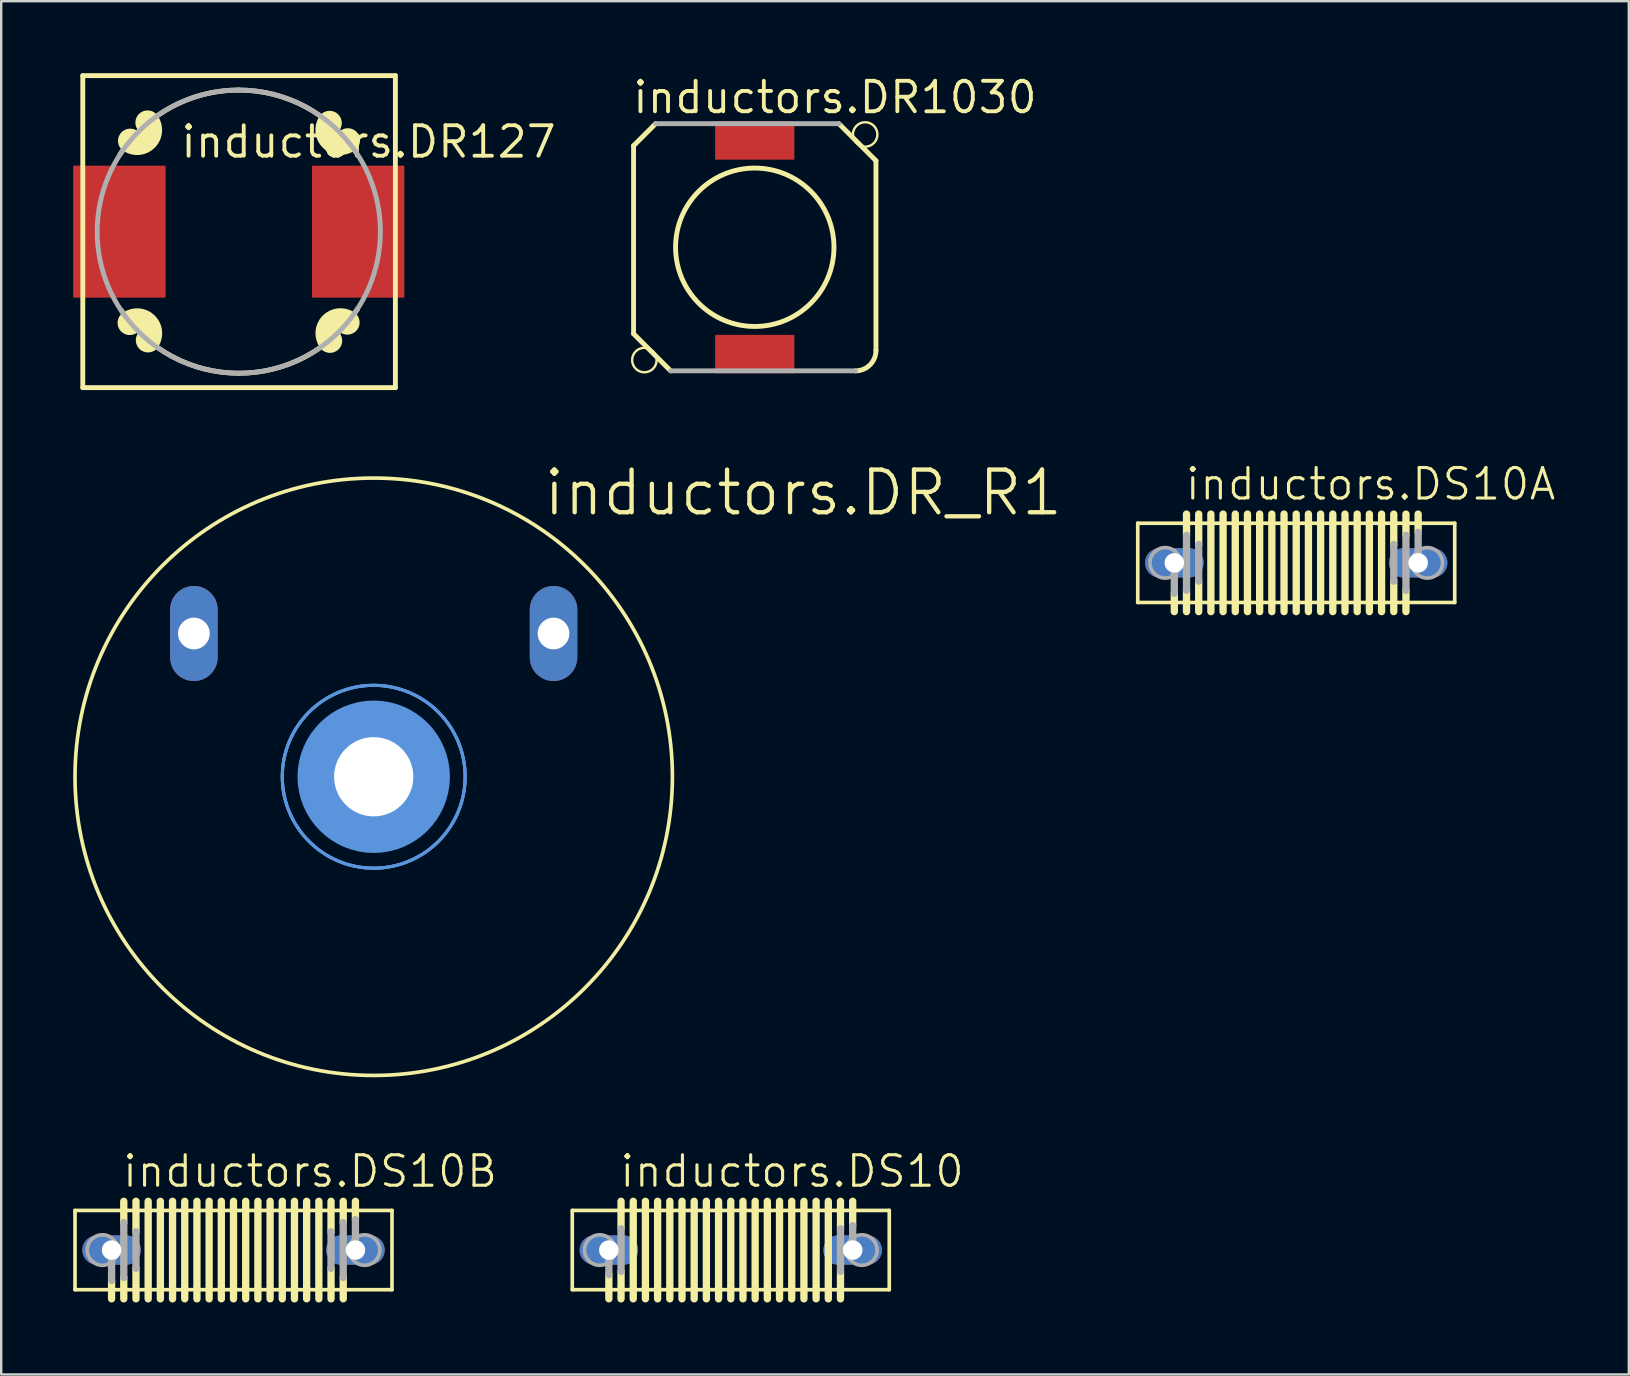
<source format=kicad_pcb>
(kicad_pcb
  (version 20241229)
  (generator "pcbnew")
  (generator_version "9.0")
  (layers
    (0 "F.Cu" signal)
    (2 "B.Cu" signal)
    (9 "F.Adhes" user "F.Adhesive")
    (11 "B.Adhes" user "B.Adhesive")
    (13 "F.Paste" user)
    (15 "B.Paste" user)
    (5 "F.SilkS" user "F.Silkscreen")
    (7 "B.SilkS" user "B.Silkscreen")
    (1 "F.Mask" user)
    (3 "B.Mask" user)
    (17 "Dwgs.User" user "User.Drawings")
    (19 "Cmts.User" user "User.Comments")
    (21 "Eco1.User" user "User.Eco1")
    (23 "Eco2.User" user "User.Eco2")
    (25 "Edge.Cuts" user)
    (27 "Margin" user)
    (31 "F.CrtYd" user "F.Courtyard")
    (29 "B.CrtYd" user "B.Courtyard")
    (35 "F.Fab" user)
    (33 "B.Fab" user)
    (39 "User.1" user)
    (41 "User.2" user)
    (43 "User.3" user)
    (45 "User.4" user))
  (footprint "inductors.DR127"
    (layer "F.Cu")
    (at 6.9 6.602)
    (property "Reference" "inductors.DR127" (at -2.5 -3 0) (layer "F.SilkS") (effects (font (size 1.27 1.27) (thickness 0.16)) (justify left bottom)))
    (attr smd)
    (fp_line (start -6.5 -6.5) (end 6.525 -6.5) (stroke (width 0.203) (type default)) (layer "F.SilkS"))
    (fp_line (start -6.5 6.5) (end -6.5 -6.5) (stroke (width 0.203) (type default)) (layer "F.SilkS"))
    (fp_line (start 6.525 -6.5) (end 6.525 6.5) (stroke (width 0.203) (type default)) (layer "F.SilkS"))
    (fp_line (start 6.525 6.5) (end -6.5 6.5) (stroke (width 0.203) (type default)) (layer "F.SilkS"))
    (fp_arc (start -4.95 -3.225) (mid -2.814412 -5.190571) (end 0 -5.9) (stroke (width 0.2032) (type default)) (layer "F.SilkS"))
    (fp_arc (start -4.5431 3.8006) (mid -3.864485 3.849894) (end -3.783 4.5254) (stroke (width 1.016) (type default)) (layer "F.SilkS"))
    (fp_arc (start -3.8006 -4.5431) (mid -3.849894 -3.864485) (end -4.5254 -3.783) (stroke (width 1.016) (type default)) (layer "F.SilkS"))
    (fp_arc (start 0 -5.9) (mid 2.778519 -5.200736) (end 4.9 -3.275) (stroke (width 0.2032) (type default)) (layer "F.SilkS"))
    (fp_arc (start 0 5.9) (mid -2.778519 5.200736) (end -4.9 3.275) (stroke (width 0.2032) (type default)) (layer "F.SilkS"))
    (fp_arc (start 3.8006 4.5431) (mid 3.849894 3.864485) (end 4.5254 3.783) (stroke (width 1.016) (type default)) (layer "F.SilkS"))
    (fp_arc (start 4.5431 -3.8006) (mid 3.864485 -3.849894) (end 3.783 -4.5254) (stroke (width 1.016) (type default)) (layer "F.SilkS"))
    (fp_arc (start 4.95 3.225) (mid 2.814412 5.190571) (end 0 5.9) (stroke (width 0.2032) (type default)) (layer "F.SilkS"))
    (fp_circle (center 0 0) (end 5.9 0) (stroke (width 0.203) (type default)) (fill no) (layer "F.Fab"))
    (pad "1" smd roundrect (at -4.975 0) (size 3.85 5.5) (layers "F.Cu" "F.Mask" "F.Paste") (roundrect_rratio 0.01))
    (pad "2" smd roundrect (at 4.975 0) (size 3.85 5.5) (layers "F.Cu" "F.Mask" "F.Paste") (roundrect_rratio 0.01)))
  (footprint "inductors.DS10"
    (layer "F.Cu")
    (at 27.4 49.038)
    (property "Reference" "inductors.DS10" (at -4.699 -2.54 0) (layer "F.SilkS") (effects (font (size 1.27 1.27) (thickness 0.13)) (justify left bottom)))
    (attr through_hole)
    (fp_line (start -6.604 -1.651) (end -6.604 1.651) (stroke (width 0.152) (type default)) (layer "F.SilkS"))
    (fp_line (start -6.604 1.651) (end 6.604 1.651) (stroke (width 0.152) (type default)) (layer "F.SilkS"))
    (fp_line (start -5.08 1.016) (end -5.08 2.032) (stroke (width 0.305) (type default)) (layer "F.SilkS"))
    (fp_line (start -4.572 -2.032) (end -4.572 -0.889) (stroke (width 0.305) (type default)) (layer "F.SilkS"))
    (fp_line (start -4.572 0.889) (end -4.572 2.032) (stroke (width 0.305) (type default)) (layer "F.SilkS"))
    (fp_line (start -4.064 -2.032) (end -4.064 2.032) (stroke (width 0.305) (type default)) (layer "F.SilkS"))
    (fp_line (start -3.556 -2.032) (end -3.556 2.032) (stroke (width 0.305) (type default)) (layer "F.SilkS"))
    (fp_line (start -3.048 -2.032) (end -3.048 2.032) (stroke (width 0.305) (type default)) (layer "F.SilkS"))
    (fp_line (start -2.54 -2.032) (end -2.54 2.032) (stroke (width 0.305) (type default)) (layer "F.SilkS"))
    (fp_line (start -2.032 -2.032) (end -2.032 2.032) (stroke (width 0.305) (type default)) (layer "F.SilkS"))
    (fp_line (start -1.524 -2.032) (end -1.524 2.032) (stroke (width 0.305) (type default)) (layer "F.SilkS"))
    (fp_line (start -1.016 -2.032) (end -1.016 2.032) (stroke (width 0.305) (type default)) (layer "F.SilkS"))
    (fp_line (start -0.508 -2.032) (end -0.508 2.032) (stroke (width 0.305) (type default)) (layer "F.SilkS"))
    (fp_line (start 0 -2.032) (end 0 2.032) (stroke (width 0.305) (type default)) (layer "F.SilkS"))
    (fp_line (start 0.508 -2.032) (end 0.508 2.032) (stroke (width 0.305) (type default)) (layer "F.SilkS"))
    (fp_line (start 1.016 -2.032) (end 1.016 2.032) (stroke (width 0.305) (type default)) (layer "F.SilkS"))
    (fp_line (start 1.524 -2.032) (end 1.524 2.032) (stroke (width 0.305) (type default)) (layer "F.SilkS"))
    (fp_line (start 2.032 -2.032) (end 2.032 2.032) (stroke (width 0.305) (type default)) (layer "F.SilkS"))
    (fp_line (start 2.54 -2.032) (end 2.54 2.032) (stroke (width 0.305) (type default)) (layer "F.SilkS"))
    (fp_line (start 3.048 -2.032) (end 3.048 2.032) (stroke (width 0.305) (type default)) (layer "F.SilkS"))
    (fp_line (start 3.556 -2.032) (end 3.556 2.032) (stroke (width 0.305) (type default)) (layer "F.SilkS"))
    (fp_line (start 4.064 -2.032) (end 4.064 2.032) (stroke (width 0.305) (type default)) (layer "F.SilkS"))
    (fp_line (start 4.572 -2.032) (end 4.572 -0.889) (stroke (width 0.305) (type default)) (layer "F.SilkS"))
    (fp_line (start 4.572 0.889) (end 4.572 2.032) (stroke (width 0.305) (type default)) (layer "F.SilkS"))
    (fp_line (start 5.08 -2.032) (end 5.08 -1.016) (stroke (width 0.305) (type default)) (layer "F.SilkS"))
    (fp_line (start 6.604 -1.651) (end -6.604 -1.651) (stroke (width 0.152) (type default)) (layer "F.SilkS"))
    (fp_line (start 6.604 -1.651) (end 6.604 1.651) (stroke (width 0.152) (type default)) (layer "F.SilkS"))
    (fp_line (start -5.08 -0.127) (end -5.08 1.016) (stroke (width 0.305) (type default)) (layer "F.Fab"))
    (fp_line (start -4.572 -0.889) (end -4.572 0.889) (stroke (width 0.305) (type default)) (layer "F.Fab"))
    (fp_line (start 4.572 -0.889) (end 4.572 0.889) (stroke (width 0.305) (type default)) (layer "F.Fab"))
    (fp_line (start 5.08 -1.016) (end 5.08 0.127) (stroke (width 0.305) (type default)) (layer "F.Fab"))
    (fp_circle (center -5.461 0) (end -4.826 0) (stroke (width 0.152) (type default)) (fill no) (layer "F.Fab"))
    (fp_circle (center 5.461 0) (end 6.096 0) (stroke (width 0.152) (type default)) (fill no) (layer "F.Fab"))
    (pad "1" thru_hole oval (at -5.08 0) (size 2.438 1.219) (drill 0.813) (layers "*.Cu" "*.Mask"))
    (pad "2" thru_hole oval (at 5.08 0) (size 2.438 1.219) (drill 0.813) (layers "*.Cu" "*.Mask")))
  (footprint "inductors.DR1030"
    (layer "F.Cu")
    (at 28.4 7.253)
    (property "Reference" "inductors.DR1030" (at -5.171 -5.503 0) (layer "F.SilkS") (effects (font (size 1.27 1.27) (thickness 0.16)) (justify left bottom)))
    (attr smd)
    (fp_line (start -5.05 -4.231) (end -4.131 -5.15) (stroke (width 0.203) (type default)) (layer "F.SilkS"))
    (fp_line (start -5.05 3.606) (end -5.05 -4.231) (stroke (width 0.203) (type default)) (layer "F.SilkS"))
    (fp_line (start -3.506 5.15) (end -5.05 3.606) (stroke (width 0.203) (type default)) (layer "F.SilkS"))
    (fp_line (start 3.506 -5.15) (end 5.05 -3.606) (stroke (width 0.203) (type default)) (layer "F.SilkS"))
    (fp_line (start 5.05 -3.606) (end 5.05 4.299) (stroke (width 0.203) (type default)) (layer "F.SilkS"))
    (fp_arc (start 5.05 4.2986) (mid 4.800631 4.900631) (end 4.1986 5.15) (stroke (width 0.2032) (type default)) (layer "F.SilkS"))
    (fp_circle (center -4.6 4.7) (end -4.09 4.7) (stroke (width 0.1) (type default)) (fill no) (layer "F.SilkS"))
    (fp_circle (center 0 0) (end 3.3 0) (stroke (width 0.203) (type default)) (fill no) (layer "F.SilkS"))
    (fp_circle (center 4.6 -4.7) (end 5.11 -4.7) (stroke (width 0.1) (type default)) (fill no) (layer "F.SilkS"))
    (fp_line (start -4.131 -5.15) (end 3.506 -5.15) (stroke (width 0.203) (type default)) (layer "F.Fab"))
    (fp_line (start 4.199 5.15) (end -3.506 5.15) (stroke (width 0.203) (type default)) (layer "F.Fab"))
    (pad "1" smd roundrect (at 0 -4.45) (size 3.3 1.6) (layers "F.Cu" "F.Mask" "F.Paste") (roundrect_rratio 0.01))
    (pad "2" smd roundrect (at 0 4.45) (size 3.3 1.6) (layers "F.Cu" "F.Mask" "F.Paste") (roundrect_rratio 0.01)))
  (footprint "inductors.DS10B"
    (layer "F.Cu")
    (at 6.68 49.038)
    (property "Reference" "inductors.DS10B" (at -4.699 -2.54 0) (layer "F.SilkS") (effects (font (size 1.27 1.27) (thickness 0.13)) (justify left bottom)))
    (attr through_hole)
    (fp_line (start -6.604 -1.651) (end -6.604 1.651) (stroke (width 0.152) (type default)) (layer "F.SilkS"))
    (fp_line (start -6.604 1.651) (end 6.604 1.651) (stroke (width 0.152) (type default)) (layer "F.SilkS"))
    (fp_line (start -5.08 1.27) (end -5.08 2.032) (stroke (width 0.305) (type default)) (layer "F.SilkS"))
    (fp_line (start -4.572 -2.032) (end -4.572 -1.143) (stroke (width 0.305) (type default)) (layer "F.SilkS"))
    (fp_line (start -4.572 1.143) (end -4.572 2.032) (stroke (width 0.305) (type default)) (layer "F.SilkS"))
    (fp_line (start -4.064 -2.032) (end -4.064 -0.762) (stroke (width 0.305) (type default)) (layer "F.SilkS"))
    (fp_line (start -4.064 0.762) (end -4.064 2.032) (stroke (width 0.305) (type default)) (layer "F.SilkS"))
    (fp_line (start -3.556 -2.032) (end -3.556 2.032) (stroke (width 0.305) (type default)) (layer "F.SilkS"))
    (fp_line (start -3.048 -2.032) (end -3.048 2.032) (stroke (width 0.305) (type default)) (layer "F.SilkS"))
    (fp_line (start -2.54 -2.032) (end -2.54 2.032) (stroke (width 0.305) (type default)) (layer "F.SilkS"))
    (fp_line (start -2.032 -2.032) (end -2.032 2.032) (stroke (width 0.305) (type default)) (layer "F.SilkS"))
    (fp_line (start -1.524 -2.032) (end -1.524 2.032) (stroke (width 0.305) (type default)) (layer "F.SilkS"))
    (fp_line (start -1.016 -2.032) (end -1.016 2.032) (stroke (width 0.305) (type default)) (layer "F.SilkS"))
    (fp_line (start -0.508 -2.032) (end -0.508 2.032) (stroke (width 0.305) (type default)) (layer "F.SilkS"))
    (fp_line (start 0 -2.032) (end 0 2.032) (stroke (width 0.305) (type default)) (layer "F.SilkS"))
    (fp_line (start 0.508 -2.032) (end 0.508 2.032) (stroke (width 0.305) (type default)) (layer "F.SilkS"))
    (fp_line (start 1.016 -2.032) (end 1.016 2.032) (stroke (width 0.305) (type default)) (layer "F.SilkS"))
    (fp_line (start 1.524 -2.032) (end 1.524 2.032) (stroke (width 0.305) (type default)) (layer "F.SilkS"))
    (fp_line (start 2.032 -2.032) (end 2.032 2.032) (stroke (width 0.305) (type default)) (layer "F.SilkS"))
    (fp_line (start 2.54 -2.032) (end 2.54 2.032) (stroke (width 0.305) (type default)) (layer "F.SilkS"))
    (fp_line (start 3.048 -2.032) (end 3.048 2.032) (stroke (width 0.305) (type default)) (layer "F.SilkS"))
    (fp_line (start 3.556 -2.032) (end 3.556 2.032) (stroke (width 0.305) (type default)) (layer "F.SilkS"))
    (fp_line (start 4.064 -2.032) (end 4.064 -0.762) (stroke (width 0.305) (type default)) (layer "F.SilkS"))
    (fp_line (start 4.064 0.762) (end 4.064 2.032) (stroke (width 0.305) (type default)) (layer "F.SilkS"))
    (fp_line (start 4.572 -2.032) (end 4.572 -1.143) (stroke (width 0.305) (type default)) (layer "F.SilkS"))
    (fp_line (start 4.572 1.143) (end 4.572 2.032) (stroke (width 0.305) (type default)) (layer "F.SilkS"))
    (fp_line (start 5.08 -2.032) (end 5.08 -1.27) (stroke (width 0.305) (type default)) (layer "F.SilkS"))
    (fp_line (start 6.604 -1.651) (end -6.604 -1.651) (stroke (width 0.152) (type default)) (layer "F.SilkS"))
    (fp_line (start 6.604 -1.651) (end 6.604 1.651) (stroke (width 0.152) (type default)) (layer "F.SilkS"))
    (fp_line (start -5.08 -0.127) (end -5.08 1.27) (stroke (width 0.305) (type default)) (layer "F.Fab"))
    (fp_line (start -4.572 -1.143) (end -4.572 1.143) (stroke (width 0.305) (type default)) (layer "F.Fab"))
    (fp_line (start -4.064 -0.762) (end -4.064 0.762) (stroke (width 0.305) (type default)) (layer "F.Fab"))
    (fp_line (start 4.064 -0.762) (end 4.064 0.762) (stroke (width 0.305) (type default)) (layer "F.Fab"))
    (fp_line (start 4.572 -1.143) (end 4.572 1.143) (stroke (width 0.305) (type default)) (layer "F.Fab"))
    (fp_line (start 5.08 -1.27) (end 5.08 0.127) (stroke (width 0.305) (type default)) (layer "F.Fab"))
    (fp_circle (center -5.461 0) (end -4.826 0) (stroke (width 0.152) (type default)) (fill no) (layer "F.Fab"))
    (fp_circle (center 5.461 0) (end 6.096 0) (stroke (width 0.152) (type default)) (fill no) (layer "F.Fab"))
    (pad "1" thru_hole oval (at -5.08 0) (size 2.438 1.219) (drill 0.813) (layers "*.Cu" "*.Mask"))
    (pad "2" thru_hole oval (at 5.08 0) (size 2.438 1.219) (drill 0.813) (layers "*.Cu" "*.Mask")))
  (footprint "inductors.DR_R1"
    (layer "F.Cu")
    (at 12.522 29.316)
    (property "Reference" "inductors.DR_R1" (at 6.985 -10.795 0) (layer "F.SilkS") (effects (font (size 1.778 1.778) (thickness 0.18)) (justify left bottom)))
    (attr through_hole)
    (fp_circle (center 0 0) (end 1.524 0) (stroke (width 0.152) (type default)) (fill no) (layer "F.SilkS"))
    (fp_circle (center 0 0) (end 3.048 0) (stroke (width 0.152) (type default)) (fill no) (layer "F.SilkS"))
    (fp_circle (center 0 0) (end 12.446 0) (stroke (width 0.152) (type default)) (fill no) (layer "F.SilkS"))
    (fp_circle (center 0 0) (end 0.635 0) (stroke (width 2.54) (type default)) (fill no) (layer "Cmts.User"))
    (fp_circle (center 0 0) (end 3.81 0) (stroke (width 0.127) (type default)) (fill no) (layer "Cmts.User"))
    (fp_circle (center 0 0) (end 3.81 0) (stroke (width 0.127) (type default)) (fill no) (layer "Cmts.User"))
    (fp_circle (center 0 0) (end 3.81 0) (stroke (width 0.127) (type default)) (fill no) (layer "Cmts.User"))
    (pad "" np_thru_hole circle (at 0 0) (size 3.302 3.302) (drill 3.302) (layers "*.Cu" "*.Mask"))
    (pad "1" thru_hole oval (at -7.493 -5.969 90) (size 3.962 1.981) (drill 1.321) (layers "*.Cu" "*.Mask"))
    (pad "2" thru_hole oval (at 7.493 -5.969 90) (size 3.962 1.981) (drill 1.321) (layers "*.Cu" "*.Mask")))
  (footprint "inductors.DS10A"
    (layer "F.Cu")
    (at 50.962 20.403)
    (property "Reference" "inductors.DS10A" (at -4.699 -2.54 0) (layer "F.SilkS") (effects (font (size 1.27 1.27) (thickness 0.13)) (justify left bottom)))
    (attr through_hole)
    (fp_line (start -6.604 -1.651) (end -6.604 1.651) (stroke (width 0.152) (type default)) (layer "F.SilkS"))
    (fp_line (start -6.604 1.651) (end 6.604 1.651) (stroke (width 0.152) (type default)) (layer "F.SilkS"))
    (fp_line (start -5.08 1.27) (end -5.08 2.032) (stroke (width 0.305) (type default)) (layer "F.SilkS"))
    (fp_line (start -4.572 -2.032) (end -4.572 -1.143) (stroke (width 0.305) (type default)) (layer "F.SilkS"))
    (fp_line (start -4.572 1.143) (end -4.572 2.032) (stroke (width 0.305) (type default)) (layer "F.SilkS"))
    (fp_line (start -4.064 -2.032) (end -4.064 -0.762) (stroke (width 0.305) (type default)) (layer "F.SilkS"))
    (fp_line (start -4.064 0.762) (end -4.064 2.032) (stroke (width 0.305) (type default)) (layer "F.SilkS"))
    (fp_line (start -3.556 -2.032) (end -3.556 2.032) (stroke (width 0.305) (type default)) (layer "F.SilkS"))
    (fp_line (start -3.048 -2.032) (end -3.048 2.032) (stroke (width 0.305) (type default)) (layer "F.SilkS"))
    (fp_line (start -2.54 -2.032) (end -2.54 2.032) (stroke (width 0.305) (type default)) (layer "F.SilkS"))
    (fp_line (start -2.032 -2.032) (end -2.032 2.032) (stroke (width 0.305) (type default)) (layer "F.SilkS"))
    (fp_line (start -1.524 -2.032) (end -1.524 2.032) (stroke (width 0.305) (type default)) (layer "F.SilkS"))
    (fp_line (start -1.016 -2.032) (end -1.016 2.032) (stroke (width 0.305) (type default)) (layer "F.SilkS"))
    (fp_line (start -0.508 -2.032) (end -0.508 2.032) (stroke (width 0.305) (type default)) (layer "F.SilkS"))
    (fp_line (start 0 -2.032) (end 0 2.032) (stroke (width 0.305) (type default)) (layer "F.SilkS"))
    (fp_line (start 0.508 -2.032) (end 0.508 2.032) (stroke (width 0.305) (type default)) (layer "F.SilkS"))
    (fp_line (start 1.016 -2.032) (end 1.016 2.032) (stroke (width 0.305) (type default)) (layer "F.SilkS"))
    (fp_line (start 1.524 -2.032) (end 1.524 2.032) (stroke (width 0.305) (type default)) (layer "F.SilkS"))
    (fp_line (start 2.032 -2.032) (end 2.032 2.032) (stroke (width 0.305) (type default)) (layer "F.SilkS"))
    (fp_line (start 2.54 -2.032) (end 2.54 2.032) (stroke (width 0.305) (type default)) (layer "F.SilkS"))
    (fp_line (start 3.048 -2.032) (end 3.048 2.032) (stroke (width 0.305) (type default)) (layer "F.SilkS"))
    (fp_line (start 3.556 -2.032) (end 3.556 2.032) (stroke (width 0.305) (type default)) (layer "F.SilkS"))
    (fp_line (start 4.064 -2.032) (end 4.064 -0.762) (stroke (width 0.305) (type default)) (layer "F.SilkS"))
    (fp_line (start 4.064 0.762) (end 4.064 2.032) (stroke (width 0.305) (type default)) (layer "F.SilkS"))
    (fp_line (start 4.572 -2.032) (end 4.572 -1.143) (stroke (width 0.305) (type default)) (layer "F.SilkS"))
    (fp_line (start 4.572 1.143) (end 4.572 2.032) (stroke (width 0.305) (type default)) (layer "F.SilkS"))
    (fp_line (start 5.08 -2.032) (end 5.08 -1.27) (stroke (width 0.305) (type default)) (layer "F.SilkS"))
    (fp_line (start 6.604 -1.651) (end -6.604 -1.651) (stroke (width 0.152) (type default)) (layer "F.SilkS"))
    (fp_line (start 6.604 -1.651) (end 6.604 1.651) (stroke (width 0.152) (type default)) (layer "F.SilkS"))
    (fp_line (start -5.08 -0.127) (end -5.08 1.27) (stroke (width 0.305) (type default)) (layer "F.Fab"))
    (fp_line (start -4.572 -1.143) (end -4.572 1.143) (stroke (width 0.305) (type default)) (layer "F.Fab"))
    (fp_line (start -4.064 -0.762) (end -4.064 0.762) (stroke (width 0.305) (type default)) (layer "F.Fab"))
    (fp_line (start 4.064 -0.762) (end 4.064 0.762) (stroke (width 0.305) (type default)) (layer "F.Fab"))
    (fp_line (start 4.572 -1.143) (end 4.572 1.143) (stroke (width 0.305) (type default)) (layer "F.Fab"))
    (fp_line (start 5.08 -1.27) (end 5.08 0.127) (stroke (width 0.305) (type default)) (layer "F.Fab"))
    (fp_circle (center -5.461 0) (end -4.826 0) (stroke (width 0.152) (type default)) (fill no) (layer "F.Fab"))
    (fp_circle (center 5.461 0) (end 6.096 0) (stroke (width 0.152) (type default)) (fill no) (layer "F.Fab"))
    (pad "1" thru_hole oval (at -5.08 0) (size 2.438 1.219) (drill 0.813) (layers "*.Cu" "*.Mask"))
    (pad "2" thru_hole oval (at 5.08 0) (size 2.438 1.219) (drill 0.813) (layers "*.Cu" "*.Mask")))
  (gr_rect
    (start -3 -3)
    (end 64.82 54.223)
    (stroke (width 0.1) (type default))
    (fill no)
    (layer "Edge.Cuts")))
</source>
